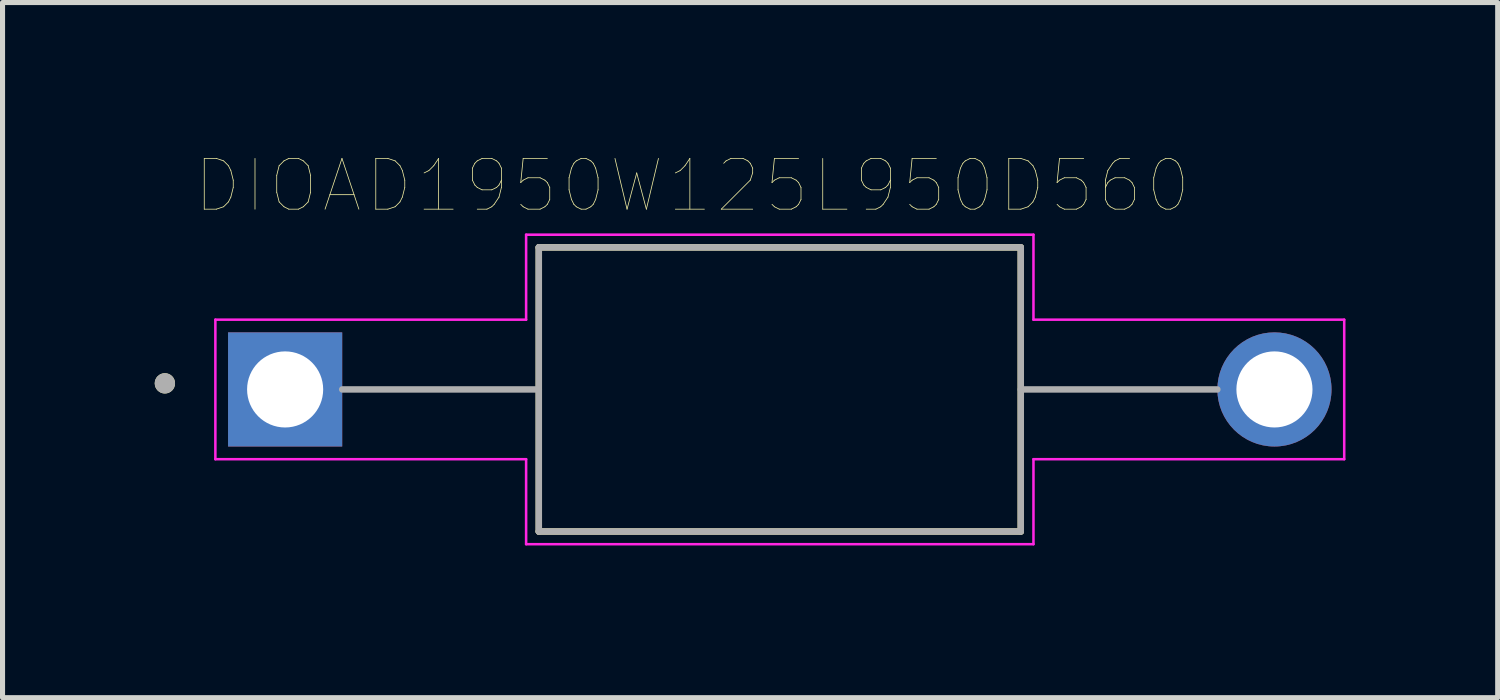
<source format=kicad_pcb>
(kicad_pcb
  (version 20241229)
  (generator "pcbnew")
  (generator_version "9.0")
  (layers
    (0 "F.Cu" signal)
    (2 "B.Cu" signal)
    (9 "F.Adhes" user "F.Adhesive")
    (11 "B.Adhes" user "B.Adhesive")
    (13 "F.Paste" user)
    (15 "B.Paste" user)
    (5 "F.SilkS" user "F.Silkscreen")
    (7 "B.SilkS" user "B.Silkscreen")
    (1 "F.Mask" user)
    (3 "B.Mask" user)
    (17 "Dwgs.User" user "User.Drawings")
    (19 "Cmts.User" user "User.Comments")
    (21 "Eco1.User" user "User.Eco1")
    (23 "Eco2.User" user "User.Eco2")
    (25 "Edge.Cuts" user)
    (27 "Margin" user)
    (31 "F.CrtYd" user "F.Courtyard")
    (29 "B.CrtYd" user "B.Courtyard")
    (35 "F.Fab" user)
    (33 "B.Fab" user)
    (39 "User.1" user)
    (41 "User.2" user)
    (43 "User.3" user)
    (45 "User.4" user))
  (footprint "DIOAD1950W125L950D560"
    (layer "F.Cu")
    (at 12.32 4.626)
    (property "Reference" "DIOAD1950W125L950D560" (at -1.725 -4.015 0) (layer "F.SilkS") (effects (font (size 1 1) (thickness 0.015))))
    (attr through_hole)
    (fp_line (start -4.75 -2.8) (end -4.75 2.8) (stroke (width 0.127) (type solid)) (layer "F.SilkS"))
    (fp_line (start -4.75 2.8) (end 4.75 2.8) (stroke (width 0.127) (type solid)) (layer "F.SilkS"))
    (fp_line (start 4.75 -2.8) (end -4.75 -2.8) (stroke (width 0.127) (type solid)) (layer "F.SilkS"))
    (fp_line (start 4.75 2.8) (end 4.75 -2.8) (stroke (width 0.127) (type solid)) (layer "F.SilkS"))
    (fp_circle (center -12.12 -0.12) (end -12.02 -0.12) (stroke (width 0.2) (type solid)) (fill no) (layer "F.SilkS"))
    (fp_line (start -11.125 -1.375) (end -5 -1.375) (stroke (width 0.05) (type solid)) (layer "F.CrtYd"))
    (fp_line (start -11.125 1.375) (end -11.125 -1.375) (stroke (width 0.05) (type solid)) (layer "F.CrtYd"))
    (fp_line (start -5 -3.05) (end 5 -3.05) (stroke (width 0.05) (type solid)) (layer "F.CrtYd"))
    (fp_line (start -5 -1.375) (end -5 -3.05) (stroke (width 0.05) (type solid)) (layer "F.CrtYd"))
    (fp_line (start -5 1.375) (end -11.125 1.375) (stroke (width 0.05) (type solid)) (layer "F.CrtYd"))
    (fp_line (start -5 3.05) (end -5 1.375) (stroke (width 0.05) (type solid)) (layer "F.CrtYd"))
    (fp_line (start 5 -3.05) (end 5 -1.375) (stroke (width 0.05) (type solid)) (layer "F.CrtYd"))
    (fp_line (start 5 -1.375) (end 11.125 -1.375) (stroke (width 0.05) (type solid)) (layer "F.CrtYd"))
    (fp_line (start 5 1.375) (end 5 3.05) (stroke (width 0.05) (type solid)) (layer "F.CrtYd"))
    (fp_line (start 5 3.05) (end -5 3.05) (stroke (width 0.05) (type solid)) (layer "F.CrtYd"))
    (fp_line (start 11.125 -1.375) (end 11.125 1.375) (stroke (width 0.05) (type solid)) (layer "F.CrtYd"))
    (fp_line (start 11.125 1.375) (end 5 1.375) (stroke (width 0.05) (type solid)) (layer "F.CrtYd"))
    (fp_line (start -8.625 0) (end -4.75 0) (stroke (width 0.127) (type solid)) (layer "F.Fab"))
    (fp_line (start -4.75 -2.8) (end -4.75 0) (stroke (width 0.127) (type solid)) (layer "F.Fab"))
    (fp_line (start -4.75 0) (end -4.75 2.8) (stroke (width 0.127) (type solid)) (layer "F.Fab"))
    (fp_line (start -4.75 2.8) (end 4.75 2.8) (stroke (width 0.127) (type solid)) (layer "F.Fab"))
    (fp_line (start 4.75 -2.8) (end -4.75 -2.8) (stroke (width 0.127) (type solid)) (layer "F.Fab"))
    (fp_line (start 4.75 2.8) (end 4.75 -2.8) (stroke (width 0.127) (type solid)) (layer "F.Fab"))
    (fp_line (start 8.625 0) (end 4.75 0) (stroke (width 0.127) (type solid)) (layer "F.Fab"))
    (fp_circle (center -12.12 -0.12) (end -12.02 -0.12) (stroke (width 0.2) (type solid)) (fill no) (layer "F.Fab"))
    (pad "A" thru_hole circle (at 9.75 0) (size 2.25 2.25) (drill 1.5) (layers "*.Cu" "*.Mask"))
    (pad "C" thru_hole rect (at -9.75 0) (size 2.25 2.25) (drill 1.5) (layers "*.Cu" "*.Mask")))
  (gr_rect
    (start -3 -3)
    (end 26.47 10.701)
    (stroke (width 0.1) (type default))
    (fill no)
    (layer "Edge.Cuts")))
</source>
